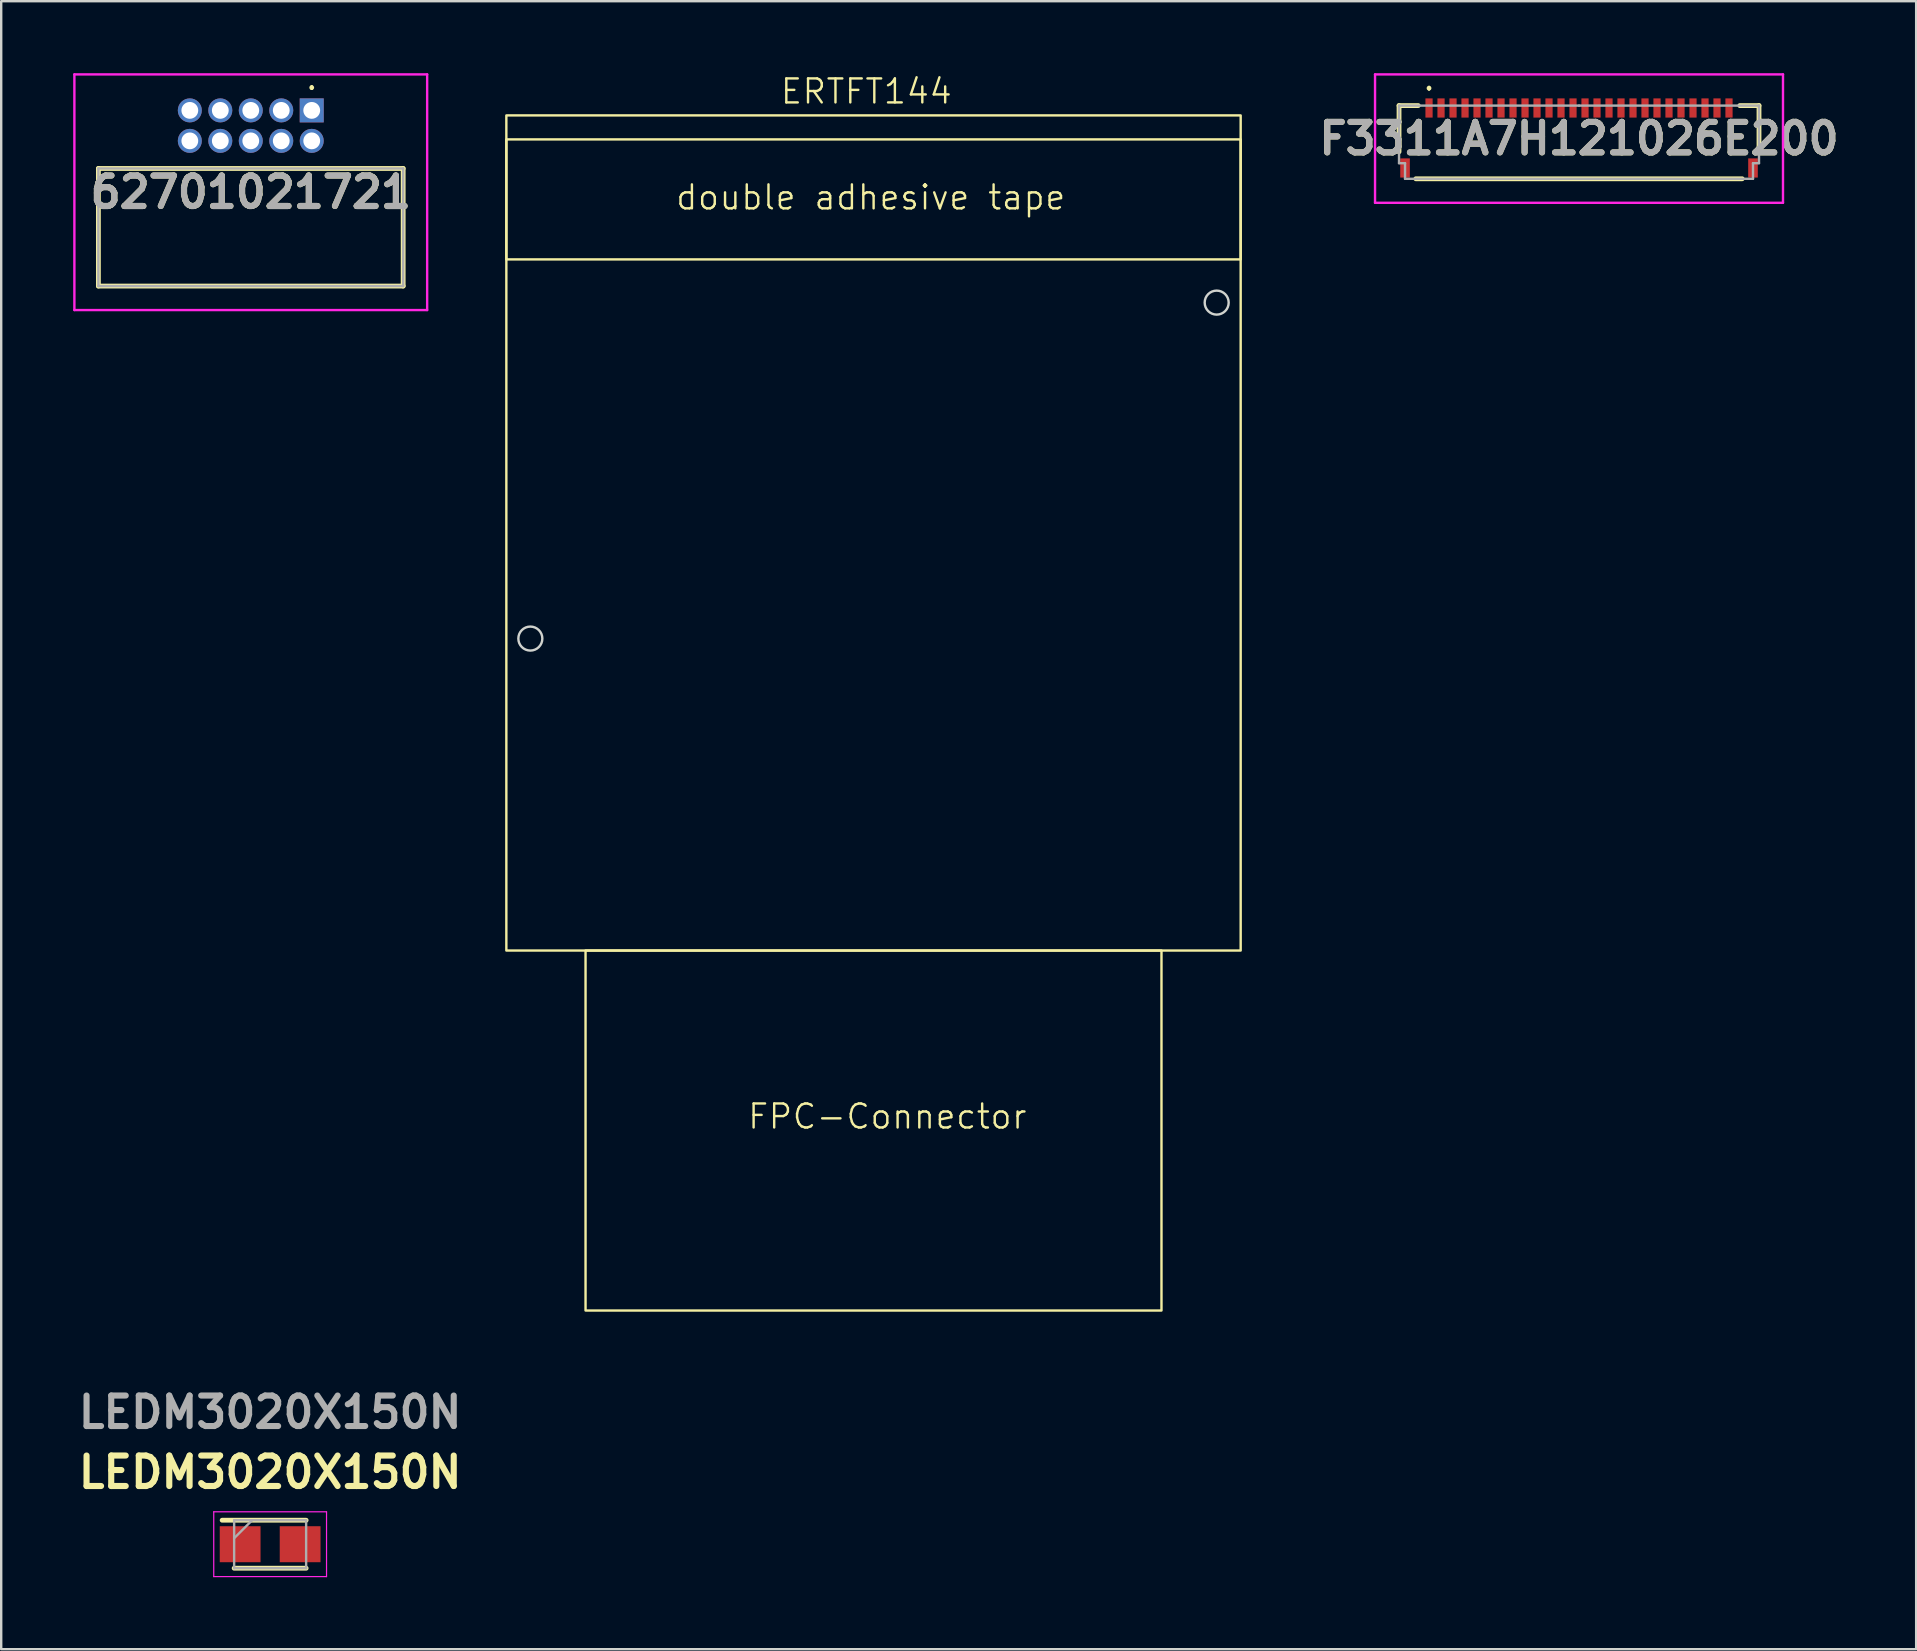
<source format=kicad_pcb>
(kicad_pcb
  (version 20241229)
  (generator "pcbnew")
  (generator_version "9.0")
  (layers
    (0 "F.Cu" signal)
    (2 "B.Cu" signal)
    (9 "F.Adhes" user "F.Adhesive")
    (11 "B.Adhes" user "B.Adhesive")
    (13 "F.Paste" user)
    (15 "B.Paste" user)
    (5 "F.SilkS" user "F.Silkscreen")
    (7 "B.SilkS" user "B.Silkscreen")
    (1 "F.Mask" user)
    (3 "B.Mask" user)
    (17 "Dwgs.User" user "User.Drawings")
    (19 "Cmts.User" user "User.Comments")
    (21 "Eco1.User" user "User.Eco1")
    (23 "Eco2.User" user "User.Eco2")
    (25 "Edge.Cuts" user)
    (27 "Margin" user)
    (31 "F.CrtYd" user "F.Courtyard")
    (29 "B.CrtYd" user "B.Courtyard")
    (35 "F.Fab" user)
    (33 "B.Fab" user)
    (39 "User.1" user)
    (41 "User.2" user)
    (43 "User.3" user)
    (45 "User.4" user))
  (footprint "F3311A7H121026E200"
    (layer "F.Cu")
    (at 62.749 2.875)
    (property "Reference" "F3311A7H121026E200" (at 0 -0.15 0) (layer "F.SilkS") (effects (font (size 1.27 1.27) (thickness 0.254))))
    (attr smd)
    (fp_line (start -7.5 -1.525) (end -6.7 -1.525) (stroke (width 0.2) (type solid)) (layer "F.SilkS"))
    (fp_line (start -7.5 0.4) (end -7.5 -1.525) (stroke (width 0.2) (type solid)) (layer "F.SilkS"))
    (fp_line (start -6.8 1.525) (end 6.8 1.525) (stroke (width 0.2) (type solid)) (layer "F.SilkS"))
    (fp_line (start -6.25 -2.3) (end -6.25 -2.3) (stroke (width 0.1) (type solid)) (layer "F.SilkS"))
    (fp_line (start -6.25 -2.2) (end -6.25 -2.2) (stroke (width 0.1) (type solid)) (layer "F.SilkS"))
    (fp_line (start 7.5 -1.525) (end 6.7 -1.525) (stroke (width 0.2) (type solid)) (layer "F.SilkS"))
    (fp_line (start 7.5 0.4) (end 7.5 -1.525) (stroke (width 0.2) (type solid)) (layer "F.SilkS"))
    (fp_arc (start -6.25 -2.3) (mid -6.2 -2.25) (end -6.25 -2.2) (stroke (width 0.1) (type solid)) (layer "F.SilkS"))
    (fp_arc (start -6.25 -2.2) (mid -6.3 -2.25) (end -6.25 -2.3) (stroke (width 0.1) (type solid)) (layer "F.SilkS"))
    (fp_line (start -8.5 -2.825) (end 8.5 -2.825) (stroke (width 0.1) (type solid)) (layer "F.CrtYd"))
    (fp_line (start -8.5 2.525) (end -8.5 -2.825) (stroke (width 0.1) (type solid)) (layer "F.CrtYd"))
    (fp_line (start 8.5 -2.825) (end 8.5 2.525) (stroke (width 0.1) (type solid)) (layer "F.CrtYd"))
    (fp_line (start 8.5 2.525) (end -8.5 2.525) (stroke (width 0.1) (type solid)) (layer "F.CrtYd"))
    (fp_line (start -7.5 -1.525) (end -7.5 0.875) (stroke (width 0.1) (type solid)) (layer "F.Fab"))
    (fp_line (start -7.5 0.875) (end -7.25 0.875) (stroke (width 0.1) (type solid)) (layer "F.Fab"))
    (fp_line (start -7.25 0.875) (end -7.25 1.525) (stroke (width 0.1) (type solid)) (layer "F.Fab"))
    (fp_line (start -7.25 1.525) (end 7.25 1.525) (stroke (width 0.1) (type solid)) (layer "F.Fab"))
    (fp_line (start 0 -1.525) (end -7.5 -1.525) (stroke (width 0.1) (type solid)) (layer "F.Fab"))
    (fp_line (start 7.25 0.875) (end 7.5 0.875) (stroke (width 0.1) (type solid)) (layer "F.Fab"))
    (fp_line (start 7.25 1.525) (end 7.25 0.875) (stroke (width 0.1) (type solid)) (layer "F.Fab"))
    (fp_line (start 7.5 -1.525) (end 0 -1.525) (stroke (width 0.1) (type solid)) (layer "F.Fab"))
    (fp_line (start 7.5 0.875) (end 7.5 -1.525) (stroke (width 0.1) (type solid)) (layer "F.Fab"))
    (fp_text user "${REFERENCE}" (at 0 -0.15 0) (layer "F.Fab") (effects (font (size 1.27 1.27) (thickness 0.254))))
    (pad "1" smd rect (at -6.25 -1.425) (size 0.3 0.8) (layers "F.Cu" "F.Mask" "F.Paste"))
    (pad "2" smd rect (at -5.75 -1.425) (size 0.3 0.8) (layers "F.Cu" "F.Mask" "F.Paste"))
    (pad "3" smd rect (at -5.25 -1.425) (size 0.3 0.8) (layers "F.Cu" "F.Mask" "F.Paste"))
    (pad "4" smd rect (at -4.75 -1.425) (size 0.3 0.8) (layers "F.Cu" "F.Mask" "F.Paste"))
    (pad "5" smd rect (at -4.25 -1.425) (size 0.3 0.8) (layers "F.Cu" "F.Mask" "F.Paste"))
    (pad "6" smd rect (at -3.75 -1.425) (size 0.3 0.8) (layers "F.Cu" "F.Mask" "F.Paste"))
    (pad "7" smd rect (at -3.25 -1.425) (size 0.3 0.8) (layers "F.Cu" "F.Mask" "F.Paste"))
    (pad "8" smd rect (at -2.75 -1.425) (size 0.3 0.8) (layers "F.Cu" "F.Mask" "F.Paste"))
    (pad "9" smd rect (at -2.25 -1.425) (size 0.3 0.8) (layers "F.Cu" "F.Mask" "F.Paste"))
    (pad "10" smd rect (at -1.75 -1.425) (size 0.3 0.8) (layers "F.Cu" "F.Mask" "F.Paste"))
    (pad "11" smd rect (at -1.25 -1.425) (size 0.3 0.8) (layers "F.Cu" "F.Mask" "F.Paste"))
    (pad "12" smd rect (at -0.75 -1.425) (size 0.3 0.8) (layers "F.Cu" "F.Mask" "F.Paste"))
    (pad "13" smd rect (at -0.25 -1.425) (size 0.3 0.8) (layers "F.Cu" "F.Mask" "F.Paste"))
    (pad "14" smd rect (at 0.25 -1.425) (size 0.3 0.8) (layers "F.Cu" "F.Mask" "F.Paste"))
    (pad "15" smd rect (at 0.75 -1.425) (size 0.3 0.8) (layers "F.Cu" "F.Mask" "F.Paste"))
    (pad "16" smd rect (at 1.25 -1.425) (size 0.3 0.8) (layers "F.Cu" "F.Mask" "F.Paste"))
    (pad "17" smd rect (at 1.75 -1.425) (size 0.3 0.8) (layers "F.Cu" "F.Mask" "F.Paste"))
    (pad "18" smd rect (at 2.25 -1.425) (size 0.3 0.8) (layers "F.Cu" "F.Mask" "F.Paste"))
    (pad "19" smd rect (at 2.75 -1.425) (size 0.3 0.8) (layers "F.Cu" "F.Mask" "F.Paste"))
    (pad "20" smd rect (at 3.25 -1.425) (size 0.3 0.8) (layers "F.Cu" "F.Mask" "F.Paste"))
    (pad "21" smd rect (at 3.75 -1.425) (size 0.3 0.8) (layers "F.Cu" "F.Mask" "F.Paste"))
    (pad "22" smd rect (at 4.25 -1.425) (size 0.3 0.8) (layers "F.Cu" "F.Mask" "F.Paste"))
    (pad "23" smd rect (at 4.75 -1.425) (size 0.3 0.8) (layers "F.Cu" "F.Mask" "F.Paste"))
    (pad "24" smd rect (at 5.25 -1.425) (size 0.3 0.8) (layers "F.Cu" "F.Mask" "F.Paste"))
    (pad "25" smd rect (at 5.75 -1.425) (size 0.3 0.8) (layers "F.Cu" "F.Mask" "F.Paste"))
    (pad "26" smd rect (at 6.25 -1.425) (size 0.3 0.8) (layers "F.Cu" "F.Mask" "F.Paste"))
    (pad "27" smd rect (at -7.25 1.075) (size 0.4 0.8) (layers "F.Cu" "F.Mask" "F.Paste"))
    (pad "28" smd rect (at 7.25 1.075) (size 0.4 0.8) (layers "F.Cu" "F.Mask" "F.Paste")))
  (footprint "62701021721"
    (layer "F.Cu")
    (at 9.94 1.55)
    (property "Reference" "62701021721" (at -2.54 3.41 0) (layer "F.SilkS") (effects (font (size 1.27 1.27) (thickness 0.254))))
    (attr through_hole)
    (fp_line (start -8.89 2.42) (end 3.81 2.42) (stroke (width 0.2) (type solid)) (layer "F.SilkS"))
    (fp_line (start -8.89 7.32) (end -8.89 2.42) (stroke (width 0.2) (type solid)) (layer "F.SilkS"))
    (fp_line (start 0 -1) (end 0 -1) (stroke (width 0.1) (type solid)) (layer "F.SilkS"))
    (fp_line (start 0 -0.9) (end 0 -0.9) (stroke (width 0.1) (type solid)) (layer "F.SilkS"))
    (fp_line (start 3.81 2.42) (end 3.81 7.32) (stroke (width 0.2) (type solid)) (layer "F.SilkS"))
    (fp_line (start 3.81 7.32) (end -8.89 7.32) (stroke (width 0.2) (type solid)) (layer "F.SilkS"))
    (fp_arc (start 0 -1) (mid 0.05 -0.95) (end 0 -0.9) (stroke (width 0.1) (type solid)) (layer "F.SilkS"))
    (fp_arc (start 0 -0.9) (mid -0.05 -0.95) (end 0 -1) (stroke (width 0.1) (type solid)) (layer "F.SilkS"))
    (fp_line (start -9.89 -1.5) (end 4.81 -1.5) (stroke (width 0.1) (type solid)) (layer "F.CrtYd"))
    (fp_line (start -9.89 8.32) (end -9.89 -1.5) (stroke (width 0.1) (type solid)) (layer "F.CrtYd"))
    (fp_line (start 4.81 -1.5) (end 4.81 8.32) (stroke (width 0.1) (type solid)) (layer "F.CrtYd"))
    (fp_line (start 4.81 8.32) (end -9.89 8.32) (stroke (width 0.1) (type solid)) (layer "F.CrtYd"))
    (fp_line (start -8.89 2.42) (end 3.81 2.42) (stroke (width 0.1) (type solid)) (layer "F.Fab"))
    (fp_line (start -8.89 7.32) (end -8.89 2.42) (stroke (width 0.1) (type solid)) (layer "F.Fab"))
    (fp_line (start 3.81 2.42) (end 3.81 7.32) (stroke (width 0.1) (type solid)) (layer "F.Fab"))
    (fp_line (start 3.81 7.32) (end -8.89 7.32) (stroke (width 0.1) (type solid)) (layer "F.Fab"))
    (fp_text user "${REFERENCE}" (at -2.54 3.41 0) (layer "F.Fab") (effects (font (size 1.27 1.27) (thickness 0.254))))
    (pad "1" thru_hole rect (at 0 0) (size 1 1) (drill 0.7) (layers "*.Cu" "*.Mask"))
    (pad "2" thru_hole circle (at 0 1.27) (size 1 1) (drill 0.7) (layers "*.Cu" "*.Mask"))
    (pad "3" thru_hole circle (at -1.27 0) (size 1 1) (drill 0.7) (layers "*.Cu" "*.Mask"))
    (pad "4" thru_hole circle (at -1.27 1.27) (size 1 1) (drill 0.7) (layers "*.Cu" "*.Mask"))
    (pad "5" thru_hole circle (at -2.54 0) (size 1 1) (drill 0.7) (layers "*.Cu" "*.Mask"))
    (pad "6" thru_hole circle (at -2.54 1.27) (size 1 1) (drill 0.7) (layers "*.Cu" "*.Mask"))
    (pad "7" thru_hole circle (at -3.81 0) (size 1 1) (drill 0.7) (layers "*.Cu" "*.Mask"))
    (pad "8" thru_hole circle (at -3.81 1.27) (size 1 1) (drill 0.7) (layers "*.Cu" "*.Mask"))
    (pad "9" thru_hole circle (at -5.08 0) (size 1 1) (drill 0.7) (layers "*.Cu" "*.Mask"))
    (pad "10" thru_hole circle (at -5.08 1.27) (size 1 1) (drill 0.7) (layers "*.Cu" "*.Mask")))
  (footprint "ERTFT144"
    (layer "F.Cu")
    (at 18.05 1.76)
    (property "Reference" "ERTFT144" (at 15 -1 0) (unlocked yes) (layer "F.SilkS") (effects (font (size 1 1) (thickness 0.1))))
    (attr through_hole)
    (fp_rect (start 0 0) (end 30.6 34.8) (stroke (width 0.1) (type solid)) (fill no) (layer "F.SilkS"))
    (fp_rect (start 0 1) (end 30.6 6) (stroke (width 0.1) (type solid)) (fill no) (layer "F.SilkS"))
    (fp_rect (start 3.3 34.8) (end 27.3 49.8) (stroke (width 0.1) (type solid)) (fill no) (layer "F.SilkS"))
    (fp_circle (center 1 21.8) (end 1.5 21.8) (stroke (width 0.1) (type solid)) (fill no) (layer "Edge.Cuts"))
    (fp_circle (center 29.6 7.8) (end 30.1 7.8) (stroke (width 0.1) (type solid)) (fill no) (layer "Edge.Cuts"))
    (fp_text user "double adhesive tape" (at 7 4 0) (unlocked yes) (layer "F.SilkS") (effects (font (size 1 1) (thickness 0.1)) (justify left bottom)))
    (fp_text user "FPC-Connector" (at 10 42.3 0) (unlocked yes) (layer "F.SilkS") (effects (font (size 1 1) (thickness 0.1)) (justify left bottom))))
  (footprint "LEDM3020X150N"
    (layer "F.Cu")
    (at 8.207 61.299)
    (property "Reference" "LEDM3020X150N" (at 0 -3 0) (layer "F.SilkS") (effects (font (size 1.27 1.27) (thickness 0.254))))
    (attr smd)
    (fp_line (start -1.5 1) (end 1.5 1) (stroke (width 0.2) (type solid)) (layer "F.SilkS"))
    (fp_line (start 1.5 -1) (end -2 -1) (stroke (width 0.2) (type solid)) (layer "F.SilkS"))
    (fp_line (start -2.35 -1.35) (end 2.35 -1.35) (stroke (width 0.05) (type solid)) (layer "F.CrtYd"))
    (fp_line (start -2.35 1.35) (end -2.35 -1.35) (stroke (width 0.05) (type solid)) (layer "F.CrtYd"))
    (fp_line (start 2.35 -1.35) (end 2.35 1.35) (stroke (width 0.05) (type solid)) (layer "F.CrtYd"))
    (fp_line (start 2.35 1.35) (end -2.35 1.35) (stroke (width 0.05) (type solid)) (layer "F.CrtYd"))
    (fp_line (start -1.5 -1) (end 1.5 -1) (stroke (width 0.1) (type solid)) (layer "F.Fab"))
    (fp_line (start -1.5 -0.25) (end -0.75 -1) (stroke (width 0.1) (type solid)) (layer "F.Fab"))
    (fp_line (start -1.5 1) (end -1.5 -1) (stroke (width 0.1) (type solid)) (layer "F.Fab"))
    (fp_line (start 1.5 -1) (end 1.5 1) (stroke (width 0.1) (type solid)) (layer "F.Fab"))
    (fp_line (start 1.5 1) (end -1.5 1) (stroke (width 0.1) (type solid)) (layer "F.Fab"))
    (fp_text user "${REFERENCE}" (at 0 -5.5 0) (layer "F.Fab") (effects (font (size 1.27 1.27) (thickness 0.254))))
    (pad "1" smd rect (at -1.25 0 90) (size 1.5 1.7) (layers "F.Cu" "F.Mask" "F.Paste"))
    (pad "2" smd rect (at 1.25 0 90) (size 1.5 1.7) (layers "F.Cu" "F.Mask" "F.Paste")))
  (gr_rect
    (start -3 -3)
    (end 76.798 65.674)
    (stroke (width 0.1) (type default))
    (fill no)
    (layer "Edge.Cuts")))
</source>
